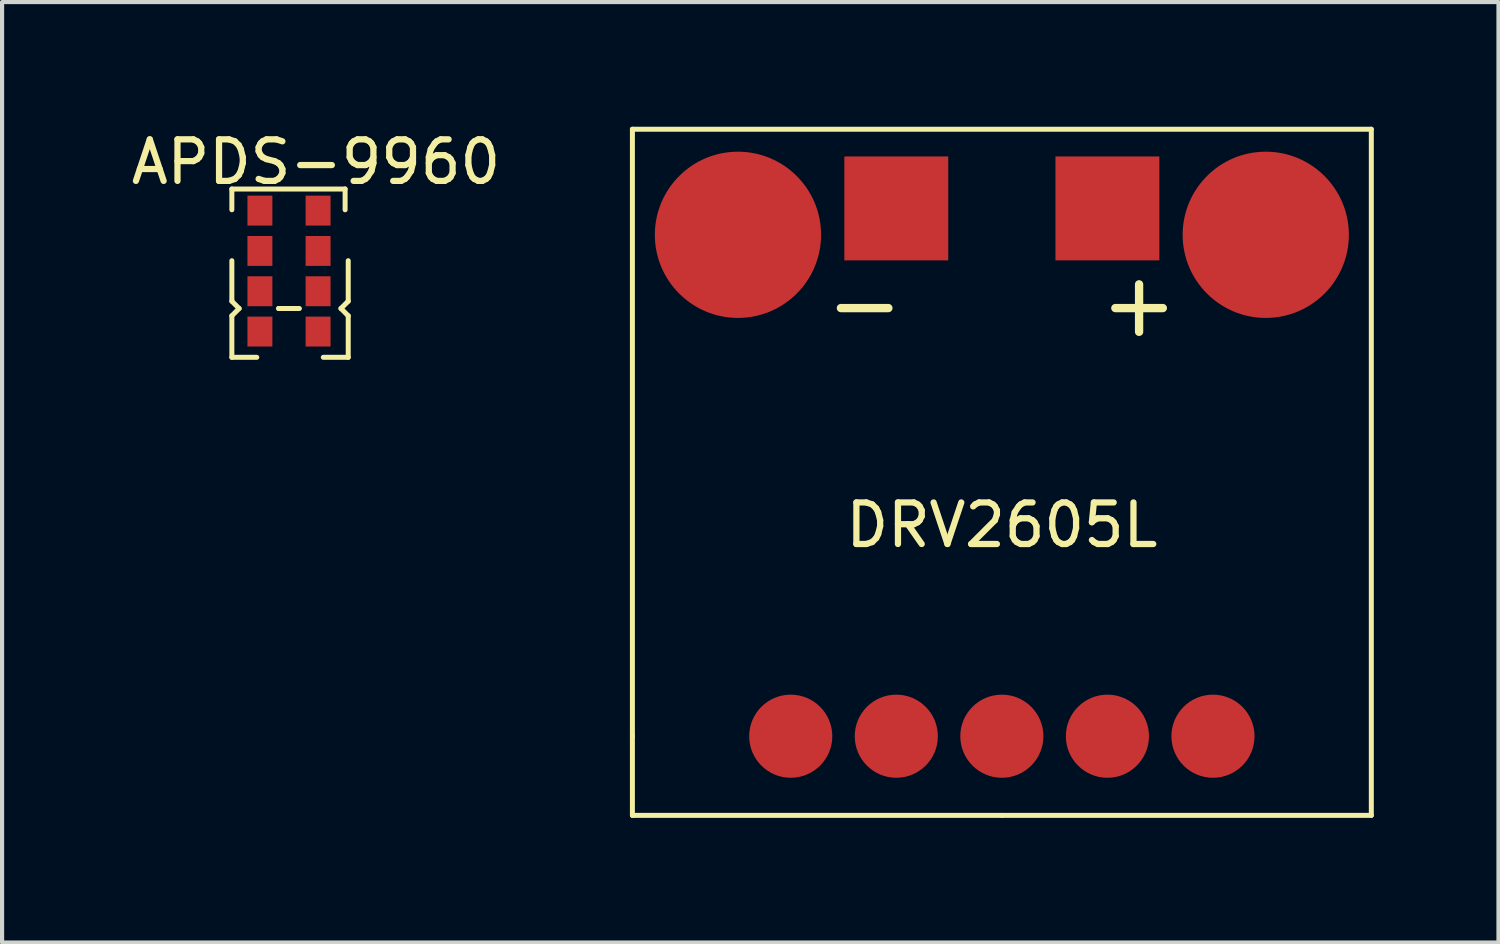
<source format=kicad_pcb>
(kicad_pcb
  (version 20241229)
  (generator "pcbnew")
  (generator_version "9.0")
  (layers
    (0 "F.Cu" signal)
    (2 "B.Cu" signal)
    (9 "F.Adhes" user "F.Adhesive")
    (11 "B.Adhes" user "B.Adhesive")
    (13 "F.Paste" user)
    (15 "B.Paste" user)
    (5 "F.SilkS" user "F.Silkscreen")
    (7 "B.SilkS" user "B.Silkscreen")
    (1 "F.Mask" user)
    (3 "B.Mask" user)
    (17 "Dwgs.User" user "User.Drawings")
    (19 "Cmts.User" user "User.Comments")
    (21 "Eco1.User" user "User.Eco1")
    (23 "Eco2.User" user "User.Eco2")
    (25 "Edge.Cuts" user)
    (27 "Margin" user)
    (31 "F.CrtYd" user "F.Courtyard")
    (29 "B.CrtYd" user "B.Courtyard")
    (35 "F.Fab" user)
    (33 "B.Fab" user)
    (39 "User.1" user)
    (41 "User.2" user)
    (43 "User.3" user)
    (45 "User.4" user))
  (footprint "APDS-9960"
    (layer "F.Cu")
    (at 3.904 3.473)
    (property "Reference" "APDS-9960" (at 0.65 -2.625 0) (layer "F.SilkS") (effects (font (size 1 1) (thickness 0.15))))
    (attr through_hole)
    (fp_line (start -1.375 -1.975) (end 1.35 -1.975) (stroke (width 0.12) (type solid)) (layer "F.SilkS"))
    (fp_line (start -1.375 -1.475) (end -1.375 -1.975) (stroke (width 0.12) (type solid)) (layer "F.SilkS"))
    (fp_line (start -1.375 0.725) (end -1.375 -0.25) (stroke (width 0.12) (type solid)) (layer "F.SilkS"))
    (fp_line (start -1.375 1.075) (end -1.375 2.075) (stroke (width 0.12) (type solid)) (layer "F.SilkS"))
    (fp_line (start -1.375 2.075) (end -0.775 2.075) (stroke (width 0.12) (type solid)) (layer "F.SilkS"))
    (fp_line (start -1.2 0.9) (end -1.375 0.725) (stroke (width 0.12) (type solid)) (layer "F.SilkS"))
    (fp_line (start -1.2 0.9) (end -1.375 1.075) (stroke (width 0.12) (type solid)) (layer "F.SilkS"))
    (fp_line (start -0.25 0.9) (end 0.25 0.9) (stroke (width 0.12) (type solid)) (layer "F.SilkS"))
    (fp_line (start 0 0.9) (end -0.25 0.9) (stroke (width 0.12) (type solid)) (layer "F.SilkS"))
    (fp_line (start 1.25 0.9) (end 1.425 0.725) (stroke (width 0.12) (type solid)) (layer "F.SilkS"))
    (fp_line (start 1.25 0.9) (end 1.425 1.075) (stroke (width 0.12) (type solid)) (layer "F.SilkS"))
    (fp_line (start 1.35 -1.975) (end 1.35 -1.475) (stroke (width 0.12) (type solid)) (layer "F.SilkS"))
    (fp_line (start 1.425 0.725) (end 1.425 -0.25) (stroke (width 0.12) (type solid)) (layer "F.SilkS"))
    (fp_line (start 1.425 1.075) (end 1.425 2.075) (stroke (width 0.12) (type solid)) (layer "F.SilkS"))
    (fp_line (start 1.425 2.075) (end 0.825 2.075) (stroke (width 0.12) (type solid)) (layer "F.SilkS"))
    (pad "1" smd rect (at 0.7 -1.455) (size 0.6 0.72) (layers "F.Cu" "F.Mask" "F.Paste"))
    (pad "2" smd rect (at 0.7 -0.485) (size 0.6 0.72) (layers "F.Cu" "F.Mask" "F.Paste"))
    (pad "3" smd rect (at 0.7 0.485) (size 0.6 0.72) (layers "F.Cu" "F.Mask" "F.Paste"))
    (pad "4" smd rect (at 0.7 1.455) (size 0.6 0.72) (layers "F.Cu" "F.Mask" "F.Paste"))
    (pad "5" smd rect (at -0.7 1.455) (size 0.6 0.72) (layers "F.Cu" "F.Mask" "F.Paste"))
    (pad "6" smd rect (at -0.7 0.485) (size 0.6 0.72) (layers "F.Cu" "F.Mask" "F.Paste"))
    (pad "7" smd rect (at -0.7 -0.485) (size 0.6 0.72) (layers "F.Cu" "F.Mask" "F.Paste"))
    (pad "8" smd rect (at -0.7 -1.455) (size 0.6 0.72) (layers "F.Cu" "F.Mask" "F.Paste")))
  (footprint "DRV2605L"
    (layer "F.Cu")
    (at 21.057 14.665)
    (property "Reference" "DRV2605L" (at 0 -5.08 0) (layer "F.SilkS") (effects (font (size 1 1) (thickness 0.15))))
    (attr through_hole)
    (fp_line (start -8.89 -14.605) (end 8.89 -14.605) (stroke (width 0.12) (type solid)) (layer "F.SilkS"))
    (fp_line (start -8.89 0) (end -8.89 -14.605) (stroke (width 0.12) (type solid)) (layer "F.SilkS"))
    (fp_line (start -8.89 1.905) (end -8.89 0) (stroke (width 0.12) (type solid)) (layer "F.SilkS"))
    (fp_line (start 0 1.905) (end -8.89 1.905) (stroke (width 0.12) (type solid)) (layer "F.SilkS"))
    (fp_line (start 0 1.905) (end 8.89 1.905) (stroke (width 0.12) (type solid)) (layer "F.SilkS"))
    (fp_line (start 8.89 1.905) (end 8.89 -14.605) (stroke (width 0.12) (type solid)) (layer "F.SilkS"))
    (fp_text user "-" (at -3.302 -10.414 0) (layer "F.SilkS") (effects (font (size 1.5 1.5) (thickness 0.2))))
    (fp_text user "+" (at 3.302 -10.414 0) (layer "F.SilkS") (effects (font (size 1.5 1.5) (thickness 0.2))))
    (pad "1" smd circle (at -5.08 0) (size 2 2) (layers "F.Cu" "F.Mask" "F.Paste"))
    (pad "2" smd circle (at -2.54 0) (size 2 2) (layers "F.Cu" "F.Mask" "F.Paste"))
    (pad "3" smd circle (at 0 0) (size 2 2) (layers "F.Cu" "F.Mask" "F.Paste"))
    (pad "4" smd circle (at 2.54 0) (size 2 2) (layers "F.Cu" "F.Mask" "F.Paste"))
    (pad "5" smd circle (at 5.08 0) (size 2 2) (layers "F.Cu" "F.Mask" "F.Paste"))
    (pad "6" smd rect (at -2.54 -12.7) (size 2.5 2.5) (layers "F.Cu" "F.Mask" "F.Paste"))
    (pad "7" smd rect (at 2.54 -12.7) (size 2.5 2.5) (layers "F.Cu" "F.Mask" "F.Paste"))
    (pad "8" smd circle (at -6.35 -12.065) (size 4 4) (layers "F.Cu" "F.Mask" "F.Paste"))
    (pad "9" smd circle (at 6.35 -12.065) (size 4 4) (layers "F.Cu" "F.Mask" "F.Paste")))
  (gr_rect
    (start -3 -3)
    (end 33.007 19.63)
    (stroke (width 0.1) (type default))
    (fill no)
    (layer "Edge.Cuts")))
</source>
